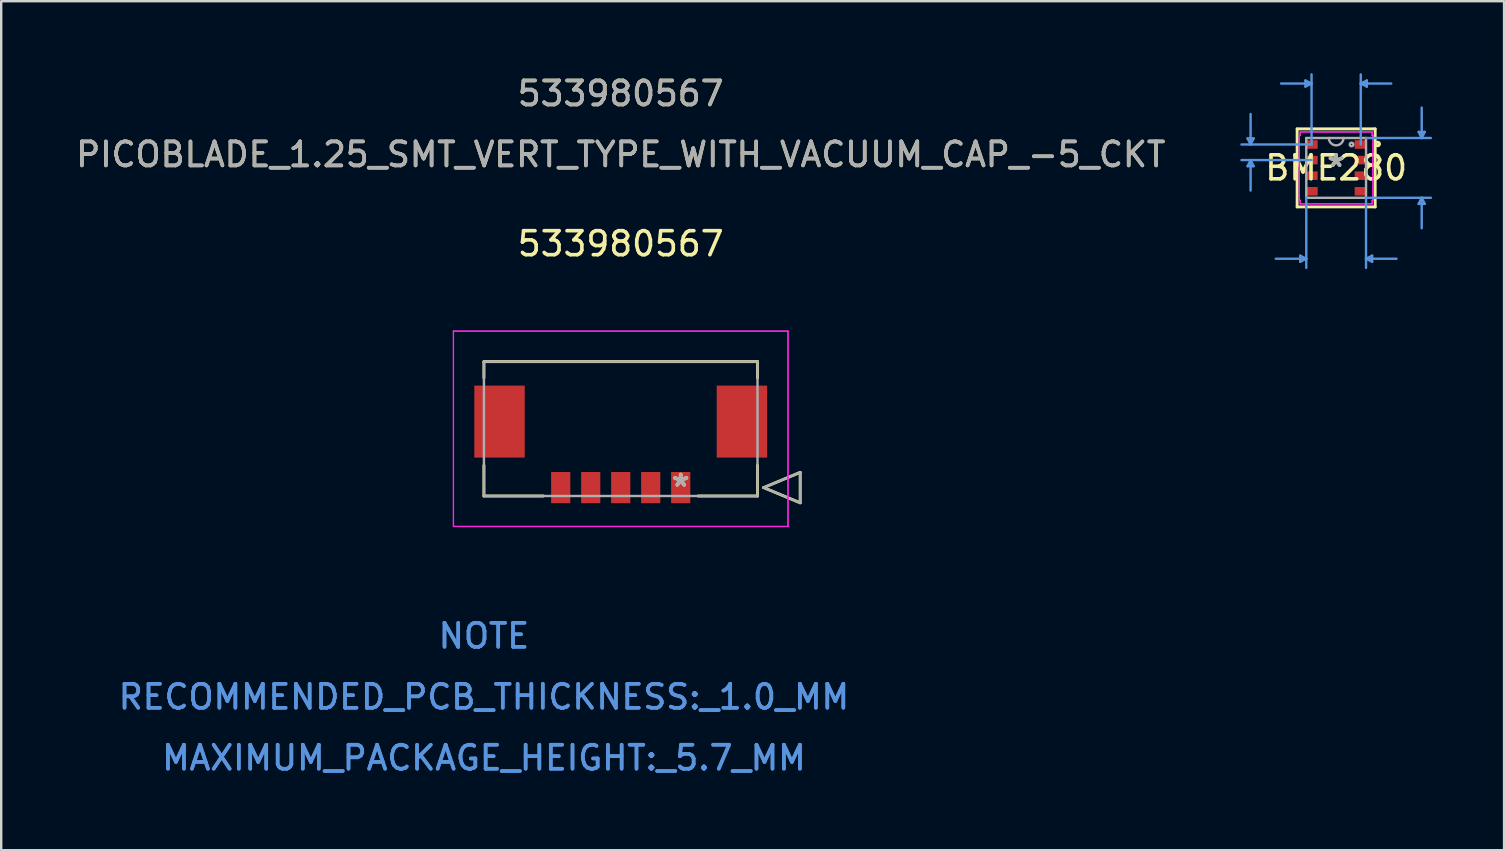
<source format=kicad_pcb>
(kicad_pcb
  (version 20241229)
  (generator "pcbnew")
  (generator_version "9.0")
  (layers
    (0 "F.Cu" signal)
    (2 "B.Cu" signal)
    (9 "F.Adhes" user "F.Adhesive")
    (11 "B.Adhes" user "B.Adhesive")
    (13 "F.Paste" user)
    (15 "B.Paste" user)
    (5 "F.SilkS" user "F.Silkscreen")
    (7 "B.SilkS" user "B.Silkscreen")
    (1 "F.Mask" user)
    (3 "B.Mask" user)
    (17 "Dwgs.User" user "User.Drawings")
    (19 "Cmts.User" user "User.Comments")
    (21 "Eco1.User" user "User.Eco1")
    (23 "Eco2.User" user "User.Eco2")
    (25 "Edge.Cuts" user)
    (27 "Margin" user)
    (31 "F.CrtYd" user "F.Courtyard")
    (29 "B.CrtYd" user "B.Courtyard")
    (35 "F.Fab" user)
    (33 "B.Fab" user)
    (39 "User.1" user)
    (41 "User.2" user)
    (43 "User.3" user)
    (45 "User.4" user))
  (footprint "BME280"
    (layer "F.Cu")
    (at 52.627 3.946)
    (property "Reference" "BME280" (at 0 0 0) (layer "F.SilkS") (effects (font (size 1 1) (thickness 0.15))))
    (attr through_hole)
    (fp_line (start -1.626 -1.626) (end -1.626 1.626) (stroke (width 0.12) (type solid)) (layer "F.SilkS"))
    (fp_line (start -1.626 1.626) (end 1.626 1.626) (stroke (width 0.12) (type solid)) (layer "F.SilkS"))
    (fp_line (start 1.626 -1.626) (end -1.626 -1.626) (stroke (width 0.12) (type solid)) (layer "F.SilkS"))
    (fp_line (start 1.626 1.626) (end 1.626 -1.626) (stroke (width 0.12) (type solid)) (layer "F.SilkS"))
    (fp_circle (center 1.73 -0.996) (end 1.806 -0.996) (stroke (width 0.12) (type solid)) (fill no) (layer "F.SilkS"))
    (fp_line (start -3.692 -1.229) (end -3.438 -1.229) (stroke (width 0.1) (type solid)) (layer "Cmts.User"))
    (fp_line (start -3.692 -0.071) (end -3.438 -0.071) (stroke (width 0.1) (type solid)) (layer "Cmts.User"))
    (fp_line (start -3.565 -0.975) (end -3.692 -1.229) (stroke (width 0.1) (type solid)) (layer "Cmts.User"))
    (fp_line (start -3.565 -0.975) (end -3.565 -2.245) (stroke (width 0.1) (type solid)) (layer "Cmts.User"))
    (fp_line (start -3.565 -0.975) (end -3.438 -1.229) (stroke (width 0.1) (type solid)) (layer "Cmts.User"))
    (fp_line (start -3.565 -0.325) (end -3.692 -0.071) (stroke (width 0.1) (type solid)) (layer "Cmts.User"))
    (fp_line (start -3.565 -0.325) (end -3.565 0.945) (stroke (width 0.1) (type solid)) (layer "Cmts.User"))
    (fp_line (start -3.565 -0.325) (end -3.438 -0.071) (stroke (width 0.1) (type solid)) (layer "Cmts.User"))
    (fp_line (start -1.499 3.658) (end -1.499 3.912) (stroke (width 0.1) (type solid)) (layer "Cmts.User"))
    (fp_line (start -1.279 -3.642) (end -1.279 -3.388) (stroke (width 0.1) (type solid)) (layer "Cmts.User"))
    (fp_line (start -1.245 1.245) (end -1.245 4.166) (stroke (width 0.1) (type solid)) (layer "Cmts.User"))
    (fp_line (start -1.245 3.785) (end -2.515 3.785) (stroke (width 0.1) (type solid)) (layer "Cmts.User"))
    (fp_line (start -1.245 3.785) (end -1.499 3.658) (stroke (width 0.1) (type solid)) (layer "Cmts.User"))
    (fp_line (start -1.245 3.785) (end -1.499 3.912) (stroke (width 0.1) (type solid)) (layer "Cmts.User"))
    (fp_line (start -1.025 -3.515) (end -2.295 -3.515) (stroke (width 0.1) (type solid)) (layer "Cmts.User"))
    (fp_line (start -1.025 -3.515) (end -1.279 -3.642) (stroke (width 0.1) (type solid)) (layer "Cmts.User"))
    (fp_line (start -1.025 -3.515) (end -1.279 -3.388) (stroke (width 0.1) (type solid)) (layer "Cmts.User"))
    (fp_line (start -1.025 -0.975) (end -3.946 -0.975) (stroke (width 0.1) (type solid)) (layer "Cmts.User"))
    (fp_line (start -1.025 -0.975) (end -1.025 -3.896) (stroke (width 0.1) (type solid)) (layer "Cmts.User"))
    (fp_line (start -1.025 -0.325) (end -3.946 -0.325) (stroke (width 0.1) (type solid)) (layer "Cmts.User"))
    (fp_line (start 1.025 -3.515) (end 1.279 -3.642) (stroke (width 0.1) (type solid)) (layer "Cmts.User"))
    (fp_line (start 1.025 -3.515) (end 1.279 -3.388) (stroke (width 0.1) (type solid)) (layer "Cmts.User"))
    (fp_line (start 1.025 -3.515) (end 2.295 -3.515) (stroke (width 0.1) (type solid)) (layer "Cmts.User"))
    (fp_line (start 1.025 -0.975) (end 1.025 -3.896) (stroke (width 0.1) (type solid)) (layer "Cmts.User"))
    (fp_line (start 1.245 -1.245) (end 3.946 -1.245) (stroke (width 0.1) (type solid)) (layer "Cmts.User"))
    (fp_line (start 1.245 1.245) (end 1.245 4.166) (stroke (width 0.1) (type solid)) (layer "Cmts.User"))
    (fp_line (start 1.245 1.245) (end 3.946 1.245) (stroke (width 0.1) (type solid)) (layer "Cmts.User"))
    (fp_line (start 1.245 3.785) (end 1.499 3.658) (stroke (width 0.1) (type solid)) (layer "Cmts.User"))
    (fp_line (start 1.245 3.785) (end 1.499 3.912) (stroke (width 0.1) (type solid)) (layer "Cmts.User"))
    (fp_line (start 1.245 3.785) (end 2.515 3.785) (stroke (width 0.1) (type solid)) (layer "Cmts.User"))
    (fp_line (start 1.279 -3.642) (end 1.279 -3.388) (stroke (width 0.1) (type solid)) (layer "Cmts.User"))
    (fp_line (start 1.499 3.658) (end 1.499 3.912) (stroke (width 0.1) (type solid)) (layer "Cmts.User"))
    (fp_line (start 3.438 -1.499) (end 3.692 -1.499) (stroke (width 0.1) (type solid)) (layer "Cmts.User"))
    (fp_line (start 3.438 1.499) (end 3.692 1.499) (stroke (width 0.1) (type solid)) (layer "Cmts.User"))
    (fp_line (start 3.565 -1.245) (end 3.438 -1.499) (stroke (width 0.1) (type solid)) (layer "Cmts.User"))
    (fp_line (start 3.565 -1.245) (end 3.565 -2.515) (stroke (width 0.1) (type solid)) (layer "Cmts.User"))
    (fp_line (start 3.565 -1.245) (end 3.692 -1.499) (stroke (width 0.1) (type solid)) (layer "Cmts.User"))
    (fp_line (start 3.565 1.245) (end 3.438 1.499) (stroke (width 0.1) (type solid)) (layer "Cmts.User"))
    (fp_line (start 3.565 1.245) (end 3.565 2.515) (stroke (width 0.1) (type solid)) (layer "Cmts.User"))
    (fp_line (start 3.565 1.245) (end 3.692 1.499) (stroke (width 0.1) (type solid)) (layer "Cmts.User"))
    (fp_line (start -1.533 -1.351) (end -1.499 -1.351) (stroke (width 0.05) (type solid)) (layer "F.CrtYd"))
    (fp_line (start -1.533 -1.351) (end -1.499 -1.351) (stroke (width 0.05) (type solid)) (layer "F.CrtYd"))
    (fp_line (start -1.533 1.351) (end -1.533 -1.351) (stroke (width 0.05) (type solid)) (layer "F.CrtYd"))
    (fp_line (start -1.533 1.351) (end -1.533 -1.351) (stroke (width 0.05) (type solid)) (layer "F.CrtYd"))
    (fp_line (start -1.533 1.351) (end -1.499 1.351) (stroke (width 0.05) (type solid)) (layer "F.CrtYd"))
    (fp_line (start -1.499 -1.499) (end 1.499 -1.499) (stroke (width 0.05) (type solid)) (layer "F.CrtYd"))
    (fp_line (start -1.499 -1.499) (end 1.499 -1.499) (stroke (width 0.05) (type solid)) (layer "F.CrtYd"))
    (fp_line (start -1.499 -1.351) (end -1.499 -1.499) (stroke (width 0.05) (type solid)) (layer "F.CrtYd"))
    (fp_line (start -1.499 -1.351) (end -1.499 -1.499) (stroke (width 0.05) (type solid)) (layer "F.CrtYd"))
    (fp_line (start -1.499 1.351) (end -1.533 1.351) (stroke (width 0.05) (type solid)) (layer "F.CrtYd"))
    (fp_line (start -1.499 1.499) (end -1.499 1.351) (stroke (width 0.05) (type solid)) (layer "F.CrtYd"))
    (fp_line (start -1.499 1.499) (end -1.499 1.351) (stroke (width 0.05) (type solid)) (layer "F.CrtYd"))
    (fp_line (start 1.499 -1.499) (end 1.499 -1.351) (stroke (width 0.05) (type solid)) (layer "F.CrtYd"))
    (fp_line (start 1.499 -1.499) (end 1.499 -1.351) (stroke (width 0.05) (type solid)) (layer "F.CrtYd"))
    (fp_line (start 1.499 -1.351) (end 1.533 -1.351) (stroke (width 0.05) (type solid)) (layer "F.CrtYd"))
    (fp_line (start 1.499 1.351) (end 1.499 1.499) (stroke (width 0.05) (type solid)) (layer "F.CrtYd"))
    (fp_line (start 1.499 1.351) (end 1.499 1.499) (stroke (width 0.05) (type solid)) (layer "F.CrtYd"))
    (fp_line (start 1.499 1.499) (end -1.499 1.499) (stroke (width 0.05) (type solid)) (layer "F.CrtYd"))
    (fp_line (start 1.499 1.499) (end -1.499 1.499) (stroke (width 0.05) (type solid)) (layer "F.CrtYd"))
    (fp_line (start 1.533 -1.351) (end 1.499 -1.351) (stroke (width 0.05) (type solid)) (layer "F.CrtYd"))
    (fp_line (start 1.533 -1.351) (end 1.533 1.351) (stroke (width 0.05) (type solid)) (layer "F.CrtYd"))
    (fp_line (start 1.533 -1.351) (end 1.533 1.351) (stroke (width 0.05) (type solid)) (layer "F.CrtYd"))
    (fp_line (start 1.533 1.351) (end 1.499 1.351) (stroke (width 0.05) (type solid)) (layer "F.CrtYd"))
    (fp_line (start 1.533 1.351) (end 1.499 1.351) (stroke (width 0.05) (type solid)) (layer "F.CrtYd"))
    (fp_line (start -1.245 -1.245) (end -1.245 1.245) (stroke (width 0.1) (type solid)) (layer "F.Fab"))
    (fp_line (start -1.245 1.245) (end 1.245 1.245) (stroke (width 0.1) (type solid)) (layer "F.Fab"))
    (fp_line (start 1.245 -1.245) (end -1.245 -1.245) (stroke (width 0.1) (type solid)) (layer "F.Fab"))
    (fp_line (start 1.245 1.245) (end 1.245 -1.245) (stroke (width 0.1) (type solid)) (layer "F.Fab"))
    (fp_arc (start 0.3048 -1.2446) (mid 0 -0.9398) (end -0.3048 -1.2446) (stroke (width 0.1) (type solid)) (layer "F.Fab"))
    (fp_circle (center 0.643 -0.976) (end 0.719 -0.976) (stroke (width 0.1) (type solid)) (fill no) (layer "F.Fab"))
    (fp_text user "*" (at 0 0 0) (layer "F.SilkS") (effects (font (size 1 1) (thickness 0.15))))
    (fp_text user "Copyright 2021 Accelerated Designs. All rights reserved." (at 0 0 0) (layer "Cmts.User") (effects (font (size 0.127 0.127) (thickness 0.002))))
    (fp_text user "*" (at 0 0 0) (layer "F.Fab") (effects (font (size 1 1) (thickness 0.15))))
    (pad "1" smd rect (at 1.025 -0.975) (size 0.508 0.356) (layers "F.Cu" "F.Mask" "F.Paste"))
    (pad "2" smd rect (at 1.025 -0.325) (size 0.508 0.356) (layers "F.Cu" "F.Mask" "F.Paste"))
    (pad "3" smd rect (at 1.025 0.325) (size 0.508 0.356) (layers "F.Cu" "F.Mask" "F.Paste"))
    (pad "4" smd rect (at 1.025 0.975) (size 0.508 0.356) (layers "F.Cu" "F.Mask" "F.Paste"))
    (pad "5" smd rect (at -1.025 0.975) (size 0.508 0.356) (layers "F.Cu" "F.Mask" "F.Paste"))
    (pad "6" smd rect (at -1.025 0.325) (size 0.508 0.356) (layers "F.Cu" "F.Mask" "F.Paste"))
    (pad "7" smd rect (at -1.025 -0.325) (size 0.508 0.356) (layers "F.Cu" "F.Mask" "F.Paste"))
    (pad "8" smd rect (at -1.025 -0.975) (size 0.508 0.356) (layers "F.Cu" "F.Mask" "F.Paste")))
  (footprint "533980567"
    (layer "F.Cu")
    (at 25.315 17.268)
    (property "Reference" "533980567" (at -2.5 -10.16 0) (layer "F.SilkS") (effects (font (size 1 1) (thickness 0.15))))
    (attr through_hole)
    (fp_line (start -8.2 -5.25) (end -8.2 -4.57) (stroke (width 0.12) (type solid)) (layer "F.SilkS"))
    (fp_line (start -8.2 -0.93) (end -8.2 0.35) (stroke (width 0.12) (type solid)) (layer "F.SilkS"))
    (fp_line (start -8.2 0.35) (end -5.72 0.35) (stroke (width 0.12) (type solid)) (layer "F.SilkS"))
    (fp_line (start 0.72 0.35) (end 3.2 0.35) (stroke (width 0.12) (type solid)) (layer "F.SilkS"))
    (fp_line (start 3.2 -5.25) (end -8.2 -5.25) (stroke (width 0.12) (type solid)) (layer "F.SilkS"))
    (fp_line (start 3.2 -4.57) (end 3.2 -5.25) (stroke (width 0.12) (type solid)) (layer "F.SilkS"))
    (fp_line (start 3.2 0.35) (end 3.2 -0.93) (stroke (width 0.12) (type solid)) (layer "F.SilkS"))
    (fp_line (start 3.454 0) (end 4.978 -0.635) (stroke (width 0.12) (type solid)) (layer "F.SilkS"))
    (fp_line (start 4.978 -0.635) (end 4.978 0.635) (stroke (width 0.12) (type solid)) (layer "F.SilkS"))
    (fp_line (start 4.978 0.635) (end 3.454 0) (stroke (width 0.12) (type solid)) (layer "F.SilkS"))
    (fp_line (start -9.47 -6.52) (end -9.47 1.62) (stroke (width 0.05) (type solid)) (layer "F.CrtYd"))
    (fp_line (start -9.47 -6.52) (end -9.47 1.62) (stroke (width 0.05) (type solid)) (layer "F.CrtYd"))
    (fp_line (start -9.47 1.62) (end 4.47 1.62) (stroke (width 0.05) (type solid)) (layer "F.CrtYd"))
    (fp_line (start -9.47 1.62) (end 4.47 1.62) (stroke (width 0.05) (type solid)) (layer "F.CrtYd"))
    (fp_line (start 4.47 -6.52) (end -9.47 -6.52) (stroke (width 0.05) (type solid)) (layer "F.CrtYd"))
    (fp_line (start 4.47 -6.52) (end -9.47 -6.52) (stroke (width 0.05) (type solid)) (layer "F.CrtYd"))
    (fp_line (start 4.47 1.62) (end 4.47 -6.52) (stroke (width 0.05) (type solid)) (layer "F.CrtYd"))
    (fp_line (start 4.47 1.62) (end 4.47 -6.52) (stroke (width 0.05) (type solid)) (layer "F.CrtYd"))
    (fp_line (start -8.2 -5.25) (end -8.2 0.35) (stroke (width 0.1) (type solid)) (layer "F.Fab"))
    (fp_line (start -8.2 0.35) (end 3.2 0.35) (stroke (width 0.1) (type solid)) (layer "F.Fab"))
    (fp_line (start 3.2 -5.25) (end -8.2 -5.25) (stroke (width 0.1) (type solid)) (layer "F.Fab"))
    (fp_line (start 3.2 0.35) (end 3.2 -5.25) (stroke (width 0.1) (type solid)) (layer "F.Fab"))
    (fp_line (start 3.454 0) (end 4.978 -0.635) (stroke (width 0.1) (type solid)) (layer "F.Fab"))
    (fp_line (start 4.978 -0.635) (end 4.978 0.635) (stroke (width 0.1) (type solid)) (layer "F.Fab"))
    (fp_line (start 4.978 0.635) (end 3.454 0) (stroke (width 0.1) (type solid)) (layer "F.Fab"))
    (fp_text user "*" (at 0 0 0) (layer "F.SilkS") (effects (font (size 1 1) (thickness 0.15))))
    (fp_text user "PICOBLADE_1.25_SMT_VERT_TYPE_WITH_VACUUM_CAP_-5_CKT" (at -2.5 -13.88 0) (layer "F.SilkS") (effects (font (size 1 1) (thickness 0.15))))
    (fp_text user "533980567" (at -2.5 -16.42 0) (layer "F.SilkS") (effects (font (size 1 1) (thickness 0.15))))
    (fp_text user "Copyright 2021 Accelerated Designs. All rights reserved." (at 0 0 0) (layer "Cmts.User") (effects (font (size 0.127 0.127) (thickness 0.002))))
    (fp_text user "RECOMMENDED_PCB_THICKNESS:_1.0_MM" (at -8.2 8.72 0) (layer "Cmts.User") (effects (font (size 1 1) (thickness 0.15))))
    (fp_text user "MAXIMUM_PACKAGE_HEIGHT:_5.7_MM" (at -8.2 11.26 0) (layer "Cmts.User") (effects (font (size 1 1) (thickness 0.15))))
    (fp_text user "RECOMMENDED_PCB_THICKNESS:_1.0_MM" (at -8.2 8.72 0) (layer "Cmts.User") (effects (font (size 1 1) (thickness 0.15))))
    (fp_text user "NOTE" (at -8.2 6.18 0) (layer "Cmts.User") (effects (font (size 1 1) (thickness 0.15))))
    (fp_text user "NOTE" (at -8.2 6.18 0) (layer "Cmts.User") (effects (font (size 1 1) (thickness 0.15))))
    (fp_text user "MAXIMUM_PACKAGE_HEIGHT:_5.7_MM" (at -8.2 11.26 0) (layer "Cmts.User") (effects (font (size 1 1) (thickness 0.15))))
    (fp_text user "*" (at 0 0 0) (layer "F.Fab") (effects (font (size 1 1) (thickness 0.15))))
    (fp_text user "PICOBLADE_1.25_SMT_VERT_TYPE_WITH_VACUUM_CAP_-5_CKT" (at -2.5 -13.88 0) (layer "F.Fab") (effects (font (size 1 1) (thickness 0.15))))
    (fp_text user "533980567" (at -2.5 -16.42 0) (layer "F.Fab") (effects (font (size 1 1) (thickness 0.15))))
    (pad "1" smd rect (at 0 0) (size 0.8 1.3) (layers "F.Cu" "F.Mask" "F.Paste"))
    (pad "2" smd rect (at -1.25 0) (size 0.8 1.3) (layers "F.Cu" "F.Mask" "F.Paste"))
    (pad "3" smd rect (at -2.5 0) (size 0.8 1.3) (layers "F.Cu" "F.Mask" "F.Paste"))
    (pad "4" smd rect (at -3.75 0) (size 0.8 1.3) (layers "F.Cu" "F.Mask" "F.Paste"))
    (pad "5" smd rect (at -5 0) (size 0.8 1.3) (layers "F.Cu" "F.Mask" "F.Paste"))
    (pad "6" smd rect (at 2.55 -2.75) (size 2.1 3) (layers "F.Cu" "F.Mask" "F.Paste"))
    (pad "7" smd rect (at -7.55 -2.75) (size 2.1 3) (layers "F.Cu" "F.Mask" "F.Paste")))
  (gr_rect
    (start -3 -3)
    (end 59.623 32.376)
    (stroke (width 0.1) (type default))
    (fill no)
    (layer "Edge.Cuts")))
</source>
